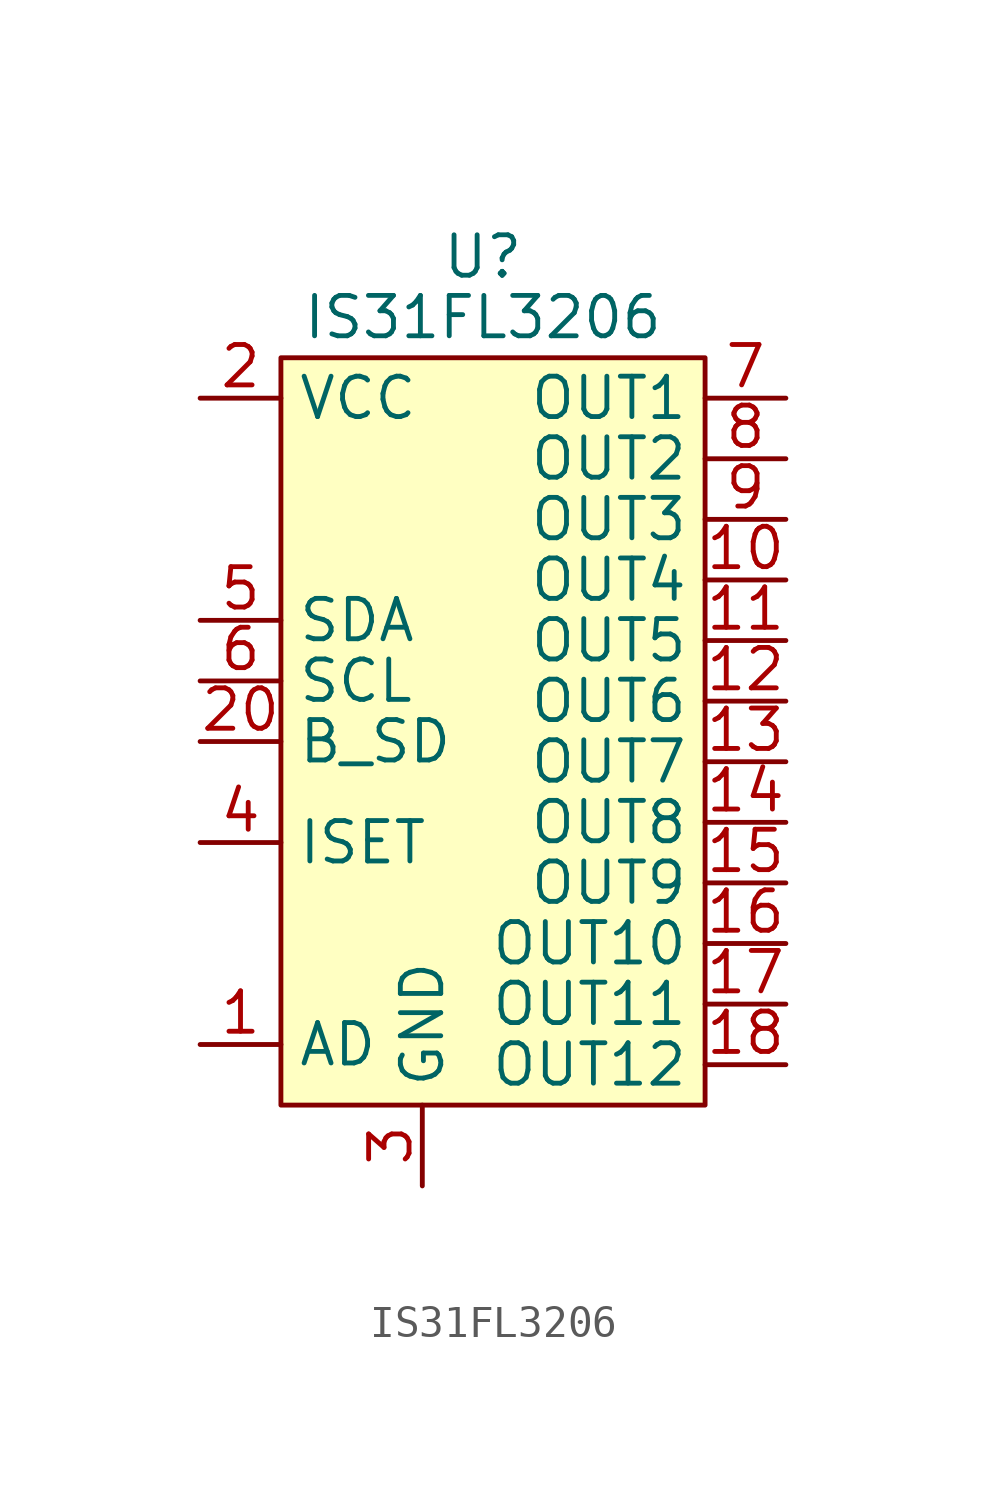
<source format=kicad_sym>
(kicad_symbol_lib
  (version 20211014)
  (generator kicad_symbol_editor)
  (symbol "IS31FL3206"
    (property "Reference" "U"
      (at 0 13.97 0)
      (effects (font (size 1.27 1.27))))
    (property "Value" "IS31FL3206"
      (at 0 12.065 0)
      (effects (font (size 1.27 1.27))))
    (symbol "IS31FL3206_0_1"
      (rectangle (start -6.35 10.795) (end 6.985 -12.7) (stroke (width 0) (type default) (color 0 0 0 0)) (fill (type background))))
    (symbol "IS31FL3206_1_1"
      (pin input line (at -8.89 -10.795 0) (length 2.54) (name "AD" (effects (font (size 1.27 1.27)))) (number "1" (effects (font (size 1.27 1.27)))))
      (pin output line (at 9.525 3.81 180) (length 2.54) (name "OUT4" (effects (font (size 1.27 1.27)))) (number "10" (effects (font (size 1.27 1.27)))))
      (pin output line (at 9.525 1.905 180) (length 2.54) (name "OUT5" (effects (font (size 1.27 1.27)))) (number "11" (effects (font (size 1.27 1.27)))))
      (pin output line (at 9.525 0 180) (length 2.54) (name "OUT6" (effects (font (size 1.27 1.27)))) (number "12" (effects (font (size 1.27 1.27)))))
      (pin power_in line (at -1.905 -15.24 90) (length 2.54) hide (name "GND" (effects (font (size 1.27 1.27)))) (number "13" (effects (font (size 1.27 1.27)))))
      (pin output line (at 9.525 -1.905 180) (length 2.54) (name "OUT7" (effects (font (size 1.27 1.27)))) (number "13" (effects (font (size 1.27 1.27)))))
      (pin output line (at 9.525 -3.81 180) (length 2.54) (name "OUT8" (effects (font (size 1.27 1.27)))) (number "14" (effects (font (size 1.27 1.27)))))
      (pin output line (at 9.525 -5.715 180) (length 2.54) (name "OUT9" (effects (font (size 1.27 1.27)))) (number "15" (effects (font (size 1.27 1.27)))))
      (pin output line (at 9.525 -7.62 180) (length 2.54) (name "OUT10" (effects (font (size 1.27 1.27)))) (number "16" (effects (font (size 1.27 1.27)))))
      (pin output line (at 9.525 -9.525 180) (length 2.54) (name "OUT11" (effects (font (size 1.27 1.27)))) (number "17" (effects (font (size 1.27 1.27)))))
      (pin output line (at 9.525 -11.43 180) (length 2.54) (name "OUT12" (effects (font (size 1.27 1.27)))) (number "18" (effects (font (size 1.27 1.27)))))
      (pin power_in line (at -8.89 9.525 0) (length 2.54) (name "VCC" (effects (font (size 1.27 1.27)))) (number "2" (effects (font (size 1.27 1.27)))))
      (pin input line (at -8.89 -1.27 0) (length 2.54) (name "B_SD" (effects (font (size 1.27 1.27)))) (number "20" (effects (font (size 1.27 1.27)))))
      (pin input line (at -1.905 -15.24 90) (length 2.54) (name "GND" (effects (font (size 1.27 1.27)))) (number "3" (effects (font (size 1.27 1.27)))))
      (pin input line (at -8.89 -4.445 0) (length 2.54) (name "ISET" (effects (font (size 1.27 1.27)))) (number "4" (effects (font (size 1.27 1.27)))))
      (pin input line (at -8.89 2.54 0) (length 2.54) (name "SDA" (effects (font (size 1.27 1.27)))) (number "5" (effects (font (size 1.27 1.27)))))
      (pin input line (at -8.89 0.635 0) (length 2.54) (name "SCL" (effects (font (size 1.27 1.27)))) (number "6" (effects (font (size 1.27 1.27)))))
      (pin output line (at 9.525 9.525 180) (length 2.54) (name "OUT1" (effects (font (size 1.27 1.27)))) (number "7" (effects (font (size 1.27 1.27)))))
      (pin output line (at 9.525 7.62 180) (length 2.54) (name "OUT2" (effects (font (size 1.27 1.27)))) (number "8" (effects (font (size 1.27 1.27)))))
      (pin output line (at 9.525 5.715 180) (length 2.54) (name "OUT3" (effects (font (size 1.27 1.27)))) (number "9" (effects (font (size 1.27 1.27))))))))
</source>
